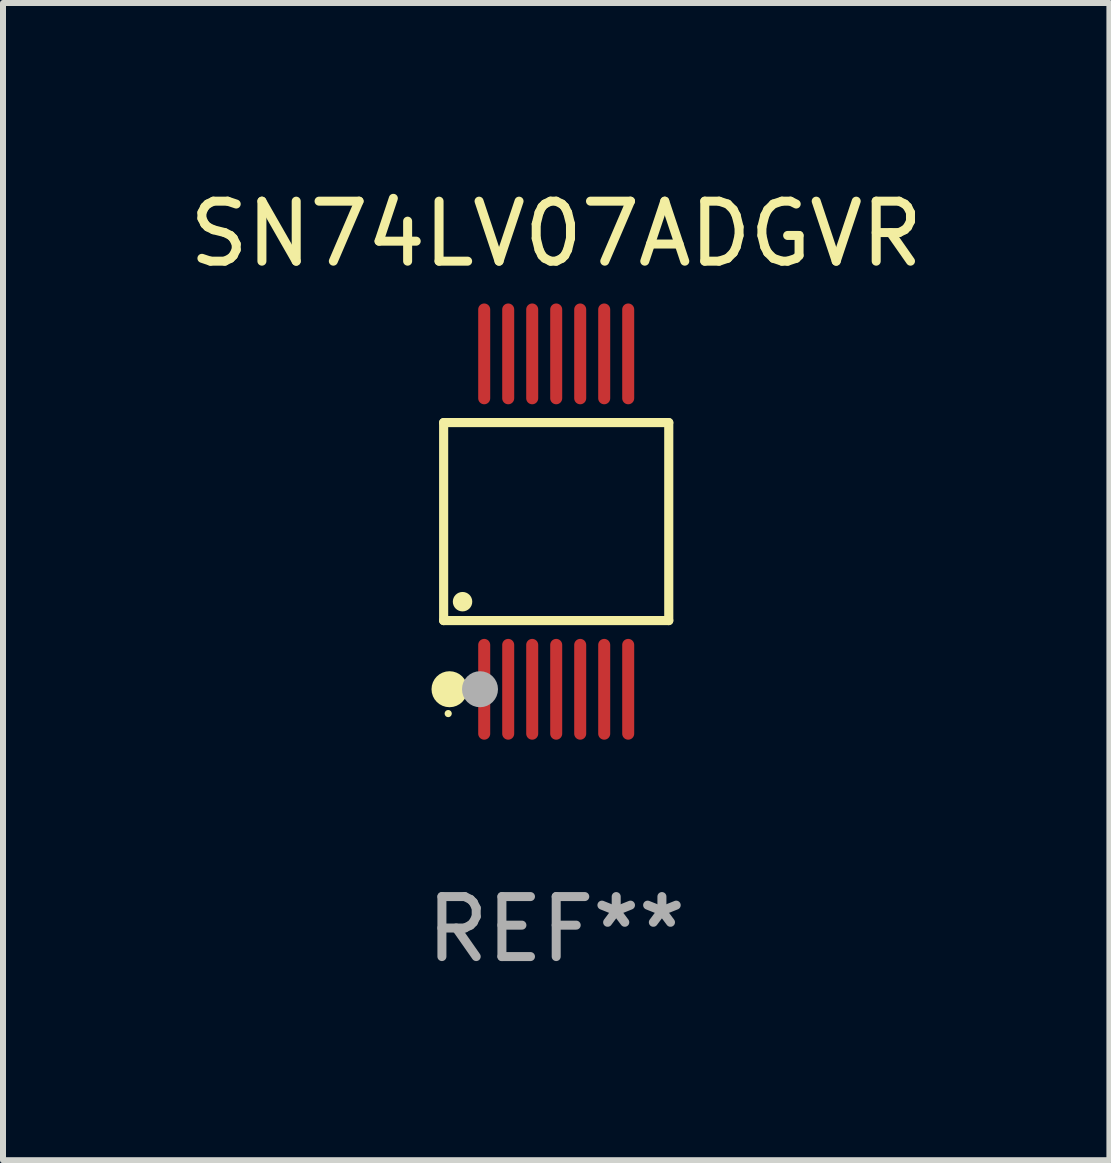
<source format=kicad_pcb>
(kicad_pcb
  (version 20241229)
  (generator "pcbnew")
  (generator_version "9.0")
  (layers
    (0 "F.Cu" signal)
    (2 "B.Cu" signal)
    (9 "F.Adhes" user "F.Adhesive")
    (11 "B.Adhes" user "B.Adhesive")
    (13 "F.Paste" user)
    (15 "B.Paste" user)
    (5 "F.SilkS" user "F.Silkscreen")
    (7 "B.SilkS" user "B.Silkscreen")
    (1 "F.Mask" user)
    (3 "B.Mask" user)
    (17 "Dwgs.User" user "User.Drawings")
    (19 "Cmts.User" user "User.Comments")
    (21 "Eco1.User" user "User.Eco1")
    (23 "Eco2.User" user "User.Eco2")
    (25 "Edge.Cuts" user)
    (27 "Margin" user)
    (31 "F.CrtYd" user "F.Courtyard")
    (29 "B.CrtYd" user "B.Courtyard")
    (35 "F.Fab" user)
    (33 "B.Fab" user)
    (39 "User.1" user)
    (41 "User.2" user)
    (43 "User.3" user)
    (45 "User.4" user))
  (footprint "SN74LV07ADGVR"
    (layer "F.Cu")
    (at 6.22 5.643)
    (property "Reference" "SN74LV07ADGVR" (at 0 -4.795 0) (layer "F.SilkS") (effects (font (size 1 1) (thickness 0.15))))
    (attr through_hole)
    (fp_line (start -1.876 -1.65) (end 1.876 -1.65) (stroke (width 0.152) (type solid)) (layer "F.SilkS"))
    (fp_line (start -1.876 1.65) (end -1.876 -1.65) (stroke (width 0.152) (type solid)) (layer "F.SilkS"))
    (fp_line (start 1.876 -1.65) (end 1.876 1.65) (stroke (width 0.152) (type solid)) (layer "F.SilkS"))
    (fp_line (start 1.876 1.65) (end -1.876 1.65) (stroke (width 0.152) (type solid)) (layer "F.SilkS"))
    (fp_circle (center -1.8 3.2) (end -1.77 3.2) (stroke (width 0.06) (type solid)) (fill no) (layer "F.SilkS"))
    (fp_circle (center -1.778 2.794) (end -1.628 2.794) (stroke (width 0.3) (type solid)) (fill no) (layer "F.SilkS"))
    (fp_circle (center -1.561 1.335) (end -1.48 1.335) (stroke (width 0.162) (type solid)) (fill no) (layer "F.SilkS"))
    (fp_circle (center -1.27 2.794) (end -1.12 2.794) (stroke (width 0.3) (type solid)) (fill no) (layer "F.Fab"))
    (fp_text user "REF**" (at 0 6.795 0) (layer "F.Fab") (effects (font (size 1 1) (thickness 0.15))))
    (pad "1" smd oval (at -1.2 2.795) (size 0.2 1.68) (layers "F.Cu" "F.Mask" "F.Paste"))
    (pad "2" smd oval (at -0.8 2.795) (size 0.2 1.68) (layers "F.Cu" "F.Mask" "F.Paste"))
    (pad "3" smd oval (at -0.4 2.795) (size 0.2 1.68) (layers "F.Cu" "F.Mask" "F.Paste"))
    (pad "4" smd oval (at 0 2.795) (size 0.2 1.68) (layers "F.Cu" "F.Mask" "F.Paste"))
    (pad "5" smd oval (at 0.4 2.795) (size 0.2 1.68) (layers "F.Cu" "F.Mask" "F.Paste"))
    (pad "6" smd oval (at 0.8 2.795) (size 0.2 1.68) (layers "F.Cu" "F.Mask" "F.Paste"))
    (pad "7" smd oval (at 1.2 2.795) (size 0.2 1.68) (layers "F.Cu" "F.Mask" "F.Paste"))
    (pad "8" smd oval (at 1.2 -2.795) (size 0.2 1.68) (layers "F.Cu" "F.Mask" "F.Paste"))
    (pad "9" smd oval (at 0.8 -2.795) (size 0.2 1.68) (layers "F.Cu" "F.Mask" "F.Paste"))
    (pad "10" smd oval (at 0.4 -2.795) (size 0.2 1.68) (layers "F.Cu" "F.Mask" "F.Paste"))
    (pad "11" smd oval (at 0 -2.795) (size 0.2 1.68) (layers "F.Cu" "F.Mask" "F.Paste"))
    (pad "12" smd oval (at -0.4 -2.795) (size 0.2 1.68) (layers "F.Cu" "F.Mask" "F.Paste"))
    (pad "13" smd oval (at -0.8 -2.795) (size 0.2 1.68) (layers "F.Cu" "F.Mask" "F.Paste"))
    (pad "14" smd oval (at -1.2 -2.795) (size 0.2 1.68) (layers "F.Cu" "F.Mask" "F.Paste")))
  (gr_rect
    (start -3 -3)
    (end 15.44 16.287)
    (stroke (width 0.1) (type default))
    (fill no)
    (layer "Edge.Cuts")))
</source>
